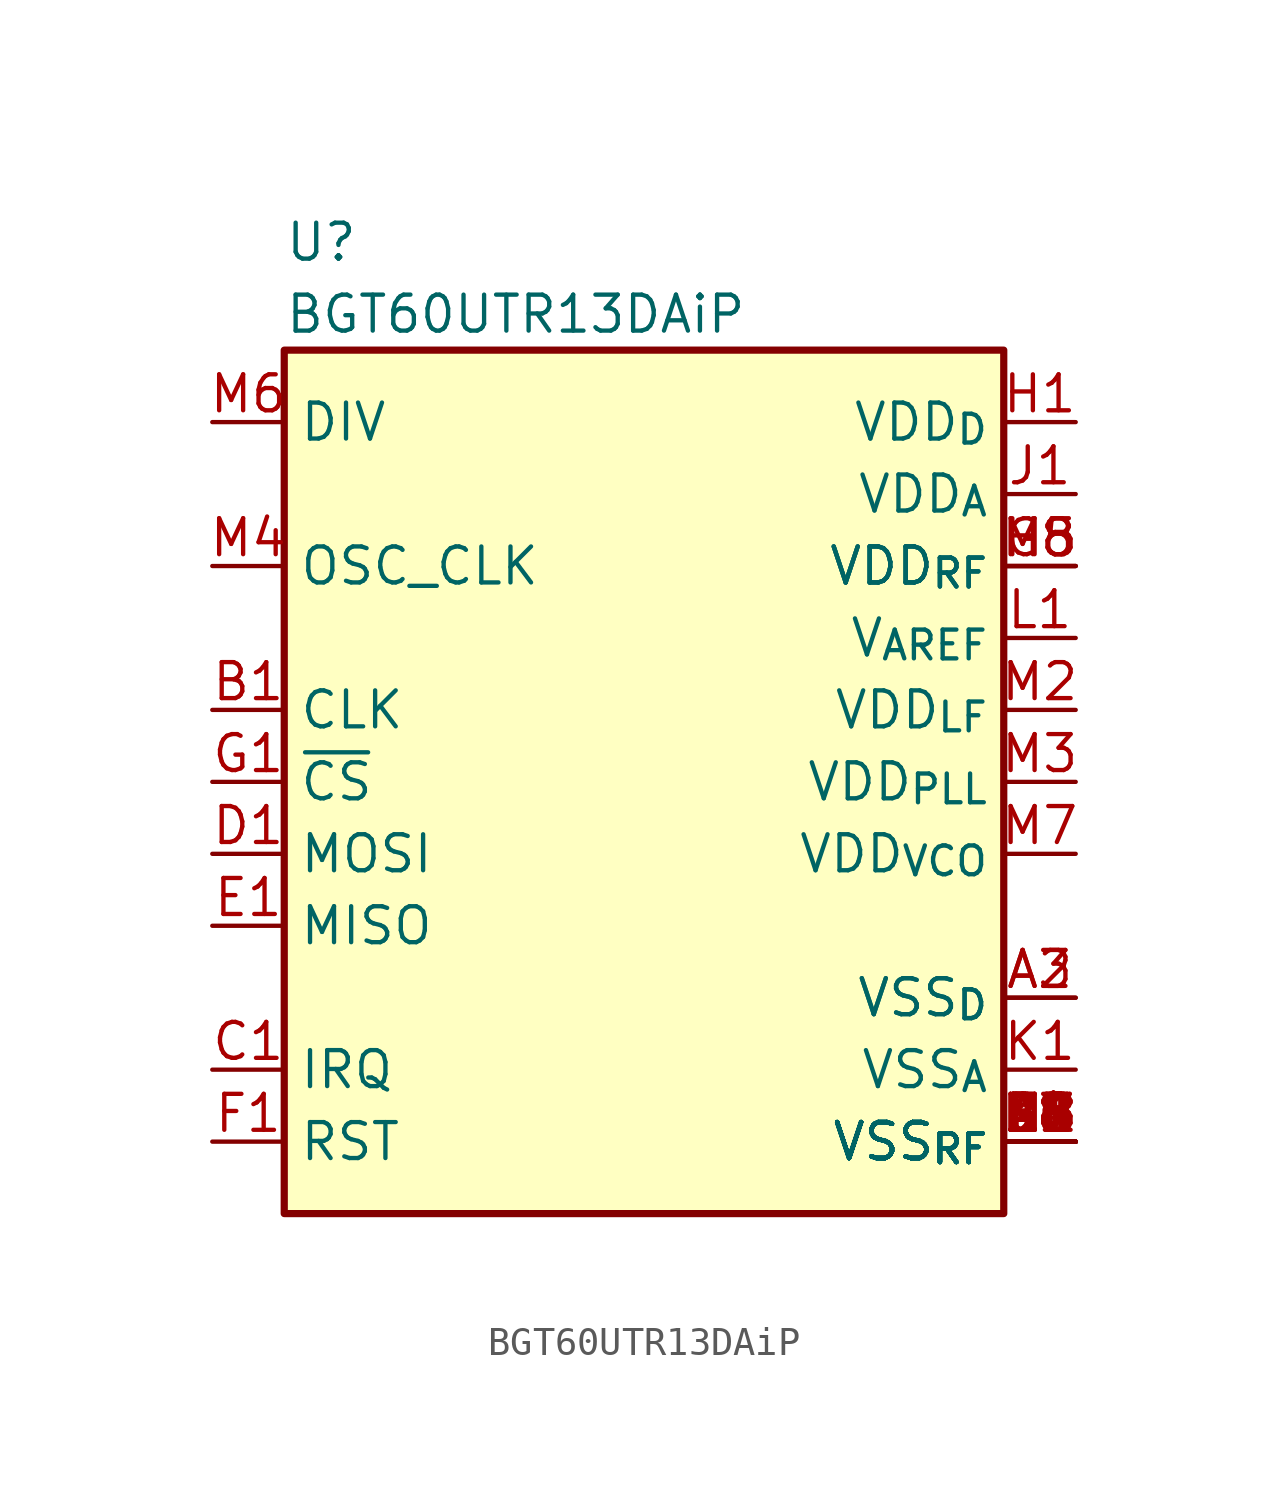
<source format=kicad_sym>
(kicad_symbol_lib
  (version 20220914)
  (generator kicad_symbol_editor)
  (symbol "BGT60UTR13DAiP"
    (property "Reference" "U"
      (at -12.7 19.05 0)
      (effects (font (size 1.27 1.27)) (justify left)))
    (property "Value" "BGT60UTR13DAiP"
      (at -12.7 16.51 0)
      (effects (font (size 1.27 1.27)) (justify left)))
    (symbol "BGT60UTR13DAiP_1_1"
      (rectangle (start -12.7 15.24) (end 12.7 -15.24) (stroke (width 0.254) (type default)) (fill (type background)))
      (pin power_in line (at 15.24 -12.7 180) (length 2.54) (name "VSS_{RF}" (effects (font (size 1.27 1.27)))) (number "A1" (effects (font (size 1.27 1.27)))))
      (pin power_in line (at 15.24 -7.62 180) (length 2.54) (name "VSS_{D}" (effects (font (size 1.27 1.27)))) (number "A2" (effects (font (size 1.27 1.27)))))
      (pin power_in line (at 15.24 -7.62 180) (length 2.54) (name "VSS_{D}" (effects (font (size 1.27 1.27)))) (number "A3" (effects (font (size 1.27 1.27)))))
      (pin power_in line (at 15.24 -12.7 180) (length 2.54) (name "VSS_{RF}" (effects (font (size 1.27 1.27)))) (number "A4" (effects (font (size 1.27 1.27)))))
      (pin power_in line (at 15.24 -12.7 180) (length 2.54) (name "VSS_{RF}" (effects (font (size 1.27 1.27)))) (number "A5" (effects (font (size 1.27 1.27)))))
      (pin power_in line (at 15.24 -12.7 180) (length 2.54) (name "VSS_{RF}" (effects (font (size 1.27 1.27)))) (number "A6" (effects (font (size 1.27 1.27)))))
      (pin power_in line (at 15.24 -12.7 180) (length 2.54) (name "VSS_{RF}" (effects (font (size 1.27 1.27)))) (number "A7" (effects (font (size 1.27 1.27)))))
      (pin power_in line (at 15.24 -12.7 180) (length 2.54) (name "VSS_{RF}" (effects (font (size 1.27 1.27)))) (number "A8" (effects (font (size 1.27 1.27)))))
      (pin input line (at -15.24 2.54 0) (length 2.54) (name "CLK" (effects (font (size 1.27 1.27)))) (number "B1" (effects (font (size 1.27 1.27)))))
      (pin power_in line (at 15.24 -12.7 180) (length 2.54) (name "VSS_{RF}" (effects (font (size 1.27 1.27)))) (number "B2" (effects (font (size 1.27 1.27)))))
      (pin power_in line (at 15.24 -12.7 180) (length 2.54) (name "VSS_{RF}" (effects (font (size 1.27 1.27)))) (number "B7" (effects (font (size 1.27 1.27)))))
      (pin power_in line (at 15.24 -12.7 180) (length 2.54) (name "VSS_{RF}" (effects (font (size 1.27 1.27)))) (number "B8" (effects (font (size 1.27 1.27)))))
      (pin output line (at -15.24 -10.16 0) (length 2.54) (name "IRQ" (effects (font (size 1.27 1.27)))) (number "C1" (effects (font (size 1.27 1.27)))))
      (pin power_in line (at 15.24 -12.7 180) (length 2.54) (name "VSS_{RF}" (effects (font (size 1.27 1.27)))) (number "C8" (effects (font (size 1.27 1.27)))))
      (pin input line (at -15.24 -2.54 0) (length 2.54) (name "MOSI" (effects (font (size 1.27 1.27)))) (number "D1" (effects (font (size 1.27 1.27)))))
      (pin power_in line (at 15.24 -12.7 180) (length 2.54) (name "VSS_{RF}" (effects (font (size 1.27 1.27)))) (number "D8" (effects (font (size 1.27 1.27)))))
      (pin output line (at -15.24 -5.08 0) (length 2.54) (name "MISO" (effects (font (size 1.27 1.27)))) (number "E1" (effects (font (size 1.27 1.27)))))
      (pin power_in line (at 15.24 -12.7 180) (length 2.54) (name "VSS_{RF}" (effects (font (size 1.27 1.27)))) (number "E8" (effects (font (size 1.27 1.27)))))
      (pin bidirectional line (at -15.24 -12.7 0) (length 2.54) (name "RST" (effects (font (size 1.27 1.27)))) (number "F1" (effects (font (size 1.27 1.27)))))
      (pin power_in line (at 15.24 -12.7 180) (length 2.54) (name "VSS_{RF}" (effects (font (size 1.27 1.27)))) (number "F8" (effects (font (size 1.27 1.27)))))
      (pin input line (at -15.24 0 0) (length 2.54) (name "~{CS}" (effects (font (size 1.27 1.27)))) (number "G1" (effects (font (size 1.27 1.27)))))
      (pin power_in line (at 15.24 7.62 180) (length 2.54) (name "VDD_{RF}" (effects (font (size 1.27 1.27)))) (number "G8" (effects (font (size 1.27 1.27)))))
      (pin power_in line (at 15.24 12.7 180) (length 2.54) (name "VDD_{D}" (effects (font (size 1.27 1.27)))) (number "H1" (effects (font (size 1.27 1.27)))))
      (pin power_in line (at 15.24 7.62 180) (length 2.54) (name "VDD_{RF}" (effects (font (size 1.27 1.27)))) (number "H8" (effects (font (size 1.27 1.27)))))
      (pin power_in line (at 15.24 10.16 180) (length 2.54) (name "VDD_{A}" (effects (font (size 1.27 1.27)))) (number "J1" (effects (font (size 1.27 1.27)))))
      (pin power_in line (at 15.24 -12.7 180) (length 2.54) (name "VSS_{RF}" (effects (font (size 1.27 1.27)))) (number "J8" (effects (font (size 1.27 1.27)))))
      (pin power_in line (at 15.24 -10.16 180) (length 2.54) (name "VSS_{A}" (effects (font (size 1.27 1.27)))) (number "K1" (effects (font (size 1.27 1.27)))))
      (pin power_in line (at 15.24 -12.7 180) (length 2.54) (name "VSS_{RF}" (effects (font (size 1.27 1.27)))) (number "K8" (effects (font (size 1.27 1.27)))))
      (pin power_out line (at 15.24 5.08 180) (length 2.54) (name "V_{AREF}" (effects (font (size 1.27 1.27)))) (number "L1" (effects (font (size 1.27 1.27)))))
      (pin power_in line (at 15.24 -12.7 180) (length 2.54) (name "VSS_{RF}" (effects (font (size 1.27 1.27)))) (number "L8" (effects (font (size 1.27 1.27)))))
      (pin power_in line (at 15.24 -12.7 180) (length 2.54) (name "VSS_{RF}" (effects (font (size 1.27 1.27)))) (number "M1" (effects (font (size 1.27 1.27)))))
      (pin power_in line (at 15.24 2.54 180) (length 2.54) (name "VDD_{LF}" (effects (font (size 1.27 1.27)))) (number "M2" (effects (font (size 1.27 1.27)))))
      (pin power_in line (at 15.24 0 180) (length 2.54) (name "VDD_{PLL}" (effects (font (size 1.27 1.27)))) (number "M3" (effects (font (size 1.27 1.27)))))
      (pin input line (at -15.24 7.62 0) (length 2.54) (name "OSC_CLK" (effects (font (size 1.27 1.27)))) (number "M4" (effects (font (size 1.27 1.27)))))
      (pin power_in line (at 15.24 7.62 180) (length 2.54) (name "VDD_{RF}" (effects (font (size 1.27 1.27)))) (number "M5" (effects (font (size 1.27 1.27)))))
      (pin output line (at -15.24 12.7 0) (length 2.54) (name "DIV" (effects (font (size 1.27 1.27)))) (number "M6" (effects (font (size 1.27 1.27)))))
      (pin power_in line (at 15.24 -2.54 180) (length 2.54) (name "VDD_{VCO}" (effects (font (size 1.27 1.27)))) (number "M7" (effects (font (size 1.27 1.27)))))
      (pin power_in line (at 15.24 -12.7 180) (length 2.54) (name "VSS_{RF}" (effects (font (size 1.27 1.27)))) (number "M8" (effects (font (size 1.27 1.27))))))))
</source>
